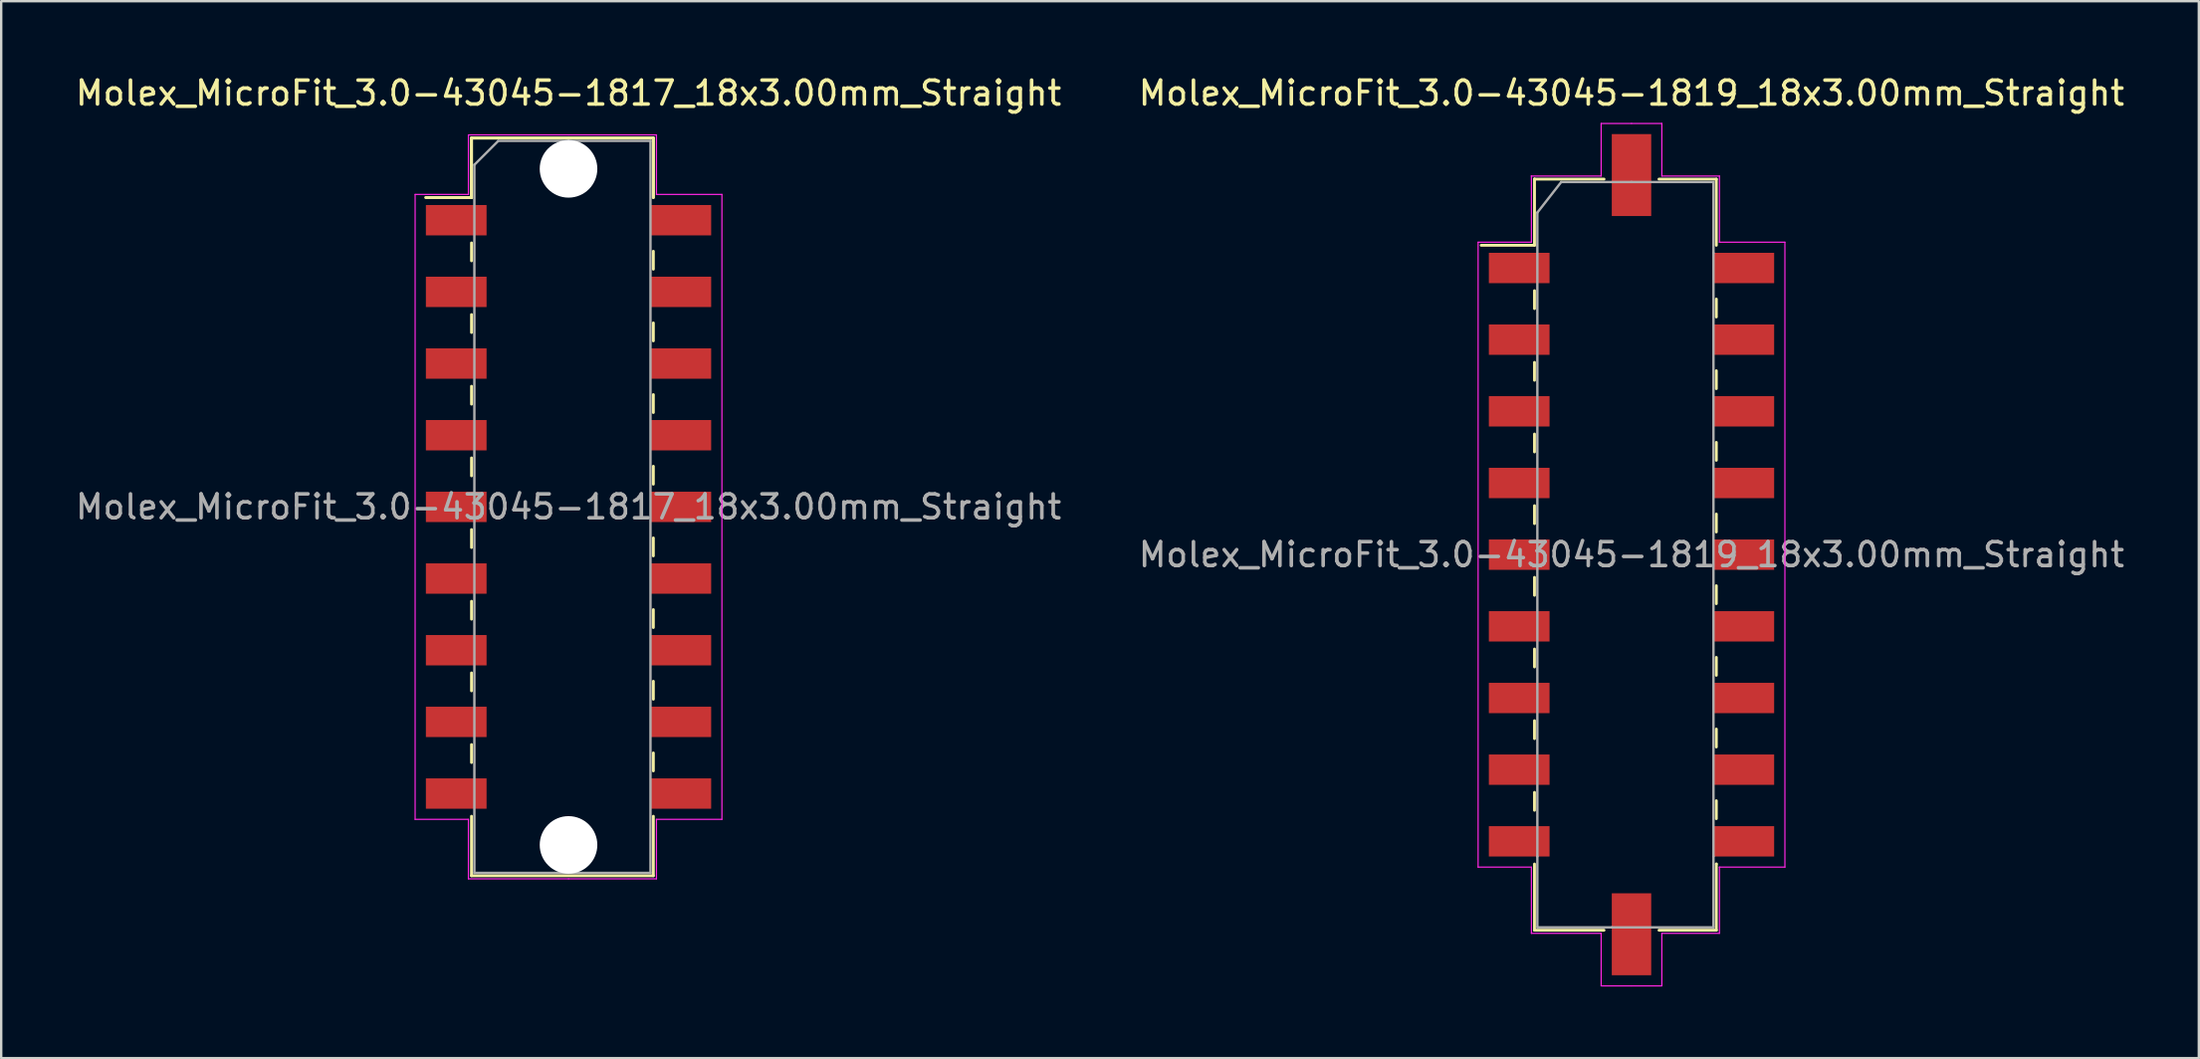
<source format=kicad_pcb>
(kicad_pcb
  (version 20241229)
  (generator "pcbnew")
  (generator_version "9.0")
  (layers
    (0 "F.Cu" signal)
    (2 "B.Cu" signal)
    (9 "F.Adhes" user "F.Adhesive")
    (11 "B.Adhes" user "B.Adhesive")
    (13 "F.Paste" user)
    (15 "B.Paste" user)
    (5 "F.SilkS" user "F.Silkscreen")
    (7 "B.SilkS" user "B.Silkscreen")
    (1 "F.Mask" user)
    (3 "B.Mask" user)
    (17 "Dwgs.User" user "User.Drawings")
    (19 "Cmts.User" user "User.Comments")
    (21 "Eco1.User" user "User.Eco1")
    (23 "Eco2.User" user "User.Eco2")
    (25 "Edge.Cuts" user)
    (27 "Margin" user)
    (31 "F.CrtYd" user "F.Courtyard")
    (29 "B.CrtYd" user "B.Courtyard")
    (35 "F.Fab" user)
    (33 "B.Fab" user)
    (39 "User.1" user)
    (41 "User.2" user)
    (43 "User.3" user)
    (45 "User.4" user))
  (footprint "Molex_MicroFit_3.0-43045-1819_18x3.00mm_Straight"
    (layer "F.Cu")
    (at 65.232 20.168)
    (property "Reference" "Molex_MicroFit_3.0-43045-1819_18x3.00mm_Straight" (at 0 -19.32 0) (layer "F.SilkS") (effects (font (size 1 1) (thickness 0.15))))
    (attr smd)
    (fp_line (start -6.29 -12.95) (end -4.06 -12.95) (stroke (width 0.12) (type solid)) (layer "F.SilkS"))
    (fp_line (start -4.06 -15.72) (end -4.06 -15.72) (stroke (width 0.12) (type solid)) (layer "F.SilkS"))
    (fp_line (start -4.06 -15.72) (end -1.15 -15.72) (stroke (width 0.12) (type solid)) (layer "F.SilkS"))
    (fp_line (start -4.06 -12.95) (end -4.06 -15.72) (stroke (width 0.12) (type solid)) (layer "F.SilkS"))
    (fp_line (start -4.06 -11.05) (end -4.06 -10.3) (stroke (width 0.12) (type solid)) (layer "F.SilkS"))
    (fp_line (start -4.06 -8.05) (end -4.06 -7.3) (stroke (width 0.12) (type solid)) (layer "F.SilkS"))
    (fp_line (start -4.06 -5.05) (end -4.06 -4.3) (stroke (width 0.12) (type solid)) (layer "F.SilkS"))
    (fp_line (start -4.06 -2.05) (end -4.06 -1.3) (stroke (width 0.12) (type solid)) (layer "F.SilkS"))
    (fp_line (start -4.06 0.95) (end -4.06 1.7) (stroke (width 0.12) (type solid)) (layer "F.SilkS"))
    (fp_line (start -4.06 3.95) (end -4.06 4.7) (stroke (width 0.12) (type solid)) (layer "F.SilkS"))
    (fp_line (start -4.06 6.95) (end -4.06 7.7) (stroke (width 0.12) (type solid)) (layer "F.SilkS"))
    (fp_line (start -4.06 9.95) (end -4.06 10.7) (stroke (width 0.12) (type solid)) (layer "F.SilkS"))
    (fp_line (start -4.06 15.72) (end -4.06 12.95) (stroke (width 0.12) (type solid)) (layer "F.SilkS"))
    (fp_line (start -1.15 15.72) (end -4.06 15.72) (stroke (width 0.12) (type solid)) (layer "F.SilkS"))
    (fp_line (start 1.15 -15.72) (end 3.55 -15.72) (stroke (width 0.12) (type solid)) (layer "F.SilkS"))
    (fp_line (start 3.55 -15.72) (end 3.55 -12.95) (stroke (width 0.12) (type solid)) (layer "F.SilkS"))
    (fp_line (start 3.55 -9.95) (end 3.55 -10.7) (stroke (width 0.12) (type solid)) (layer "F.SilkS"))
    (fp_line (start 3.55 -6.95) (end 3.55 -7.7) (stroke (width 0.12) (type solid)) (layer "F.SilkS"))
    (fp_line (start 3.55 -3.95) (end 3.55 -4.7) (stroke (width 0.12) (type solid)) (layer "F.SilkS"))
    (fp_line (start 3.55 -0.95) (end 3.55 -1.7) (stroke (width 0.12) (type solid)) (layer "F.SilkS"))
    (fp_line (start 3.55 2.05) (end 3.55 1.3) (stroke (width 0.12) (type solid)) (layer "F.SilkS"))
    (fp_line (start 3.55 5.05) (end 3.55 4.3) (stroke (width 0.12) (type solid)) (layer "F.SilkS"))
    (fp_line (start 3.55 8.05) (end 3.55 7.3) (stroke (width 0.12) (type solid)) (layer "F.SilkS"))
    (fp_line (start 3.55 11.05) (end 3.55 10.3) (stroke (width 0.12) (type solid)) (layer "F.SilkS"))
    (fp_line (start 3.55 12.95) (end 3.55 12.95) (stroke (width 0.12) (type solid)) (layer "F.SilkS"))
    (fp_line (start 3.55 12.95) (end 3.55 15.72) (stroke (width 0.12) (type solid)) (layer "F.SilkS"))
    (fp_line (start 3.55 15.72) (end 1.15 15.72) (stroke (width 0.12) (type solid)) (layer "F.SilkS"))
    (fp_line (start -6.42 -13.08) (end -4.19 -13.08) (stroke (width 0.05) (type solid)) (layer "F.CrtYd"))
    (fp_line (start -6.42 13.08) (end -6.42 -13.08) (stroke (width 0.05) (type solid)) (layer "F.CrtYd"))
    (fp_line (start -4.19 -15.85) (end -4.19 -15.85) (stroke (width 0.05) (type solid)) (layer "F.CrtYd"))
    (fp_line (start -4.19 -15.85) (end -1.27 -15.85) (stroke (width 0.05) (type solid)) (layer "F.CrtYd"))
    (fp_line (start -4.19 -13.08) (end -4.19 -15.85) (stroke (width 0.05) (type solid)) (layer "F.CrtYd"))
    (fp_line (start -4.19 13.08) (end -6.42 13.08) (stroke (width 0.05) (type solid)) (layer "F.CrtYd"))
    (fp_line (start -4.19 15.85) (end -4.19 13.08) (stroke (width 0.05) (type solid)) (layer "F.CrtYd"))
    (fp_line (start -1.27 -18.05) (end 0 -18.05) (stroke (width 0.05) (type solid)) (layer "F.CrtYd"))
    (fp_line (start -1.27 -15.85) (end -1.27 -18.05) (stroke (width 0.05) (type solid)) (layer "F.CrtYd"))
    (fp_line (start -1.27 15.85) (end -4.19 15.85) (stroke (width 0.05) (type solid)) (layer "F.CrtYd"))
    (fp_line (start -1.27 18.05) (end -1.27 15.85) (stroke (width 0.05) (type solid)) (layer "F.CrtYd"))
    (fp_line (start 0 -18.05) (end 1.27 -18.05) (stroke (width 0.05) (type solid)) (layer "F.CrtYd"))
    (fp_line (start 0 18.05) (end -1.27 18.05) (stroke (width 0.05) (type solid)) (layer "F.CrtYd"))
    (fp_line (start 1.27 -18.05) (end 1.27 -15.85) (stroke (width 0.05) (type solid)) (layer "F.CrtYd"))
    (fp_line (start 1.27 -15.85) (end 3.68 -15.85) (stroke (width 0.05) (type solid)) (layer "F.CrtYd"))
    (fp_line (start 1.27 15.85) (end 1.27 18.05) (stroke (width 0.05) (type solid)) (layer "F.CrtYd"))
    (fp_line (start 1.27 18.05) (end 0 18.05) (stroke (width 0.05) (type solid)) (layer "F.CrtYd"))
    (fp_line (start 3.68 -15.85) (end 3.68 -13.08) (stroke (width 0.05) (type solid)) (layer "F.CrtYd"))
    (fp_line (start 3.68 -13.08) (end 6.42 -13.08) (stroke (width 0.05) (type solid)) (layer "F.CrtYd"))
    (fp_line (start 3.68 13.08) (end 3.68 13.08) (stroke (width 0.05) (type solid)) (layer "F.CrtYd"))
    (fp_line (start 3.68 13.08) (end 3.68 15.85) (stroke (width 0.05) (type solid)) (layer "F.CrtYd"))
    (fp_line (start 3.68 15.85) (end 1.27 15.85) (stroke (width 0.05) (type solid)) (layer "F.CrtYd"))
    (fp_line (start 6.42 -13.08) (end 6.42 13.08) (stroke (width 0.05) (type solid)) (layer "F.CrtYd"))
    (fp_line (start 6.42 13.08) (end 3.68 13.08) (stroke (width 0.05) (type solid)) (layer "F.CrtYd"))
    (fp_line (start -3.94 -14.32) (end -2.94 -15.6) (stroke (width 0.1) (type solid)) (layer "F.Fab"))
    (fp_line (start -3.94 12.63) (end -3.94 -14.32) (stroke (width 0.1) (type solid)) (layer "F.Fab"))
    (fp_line (start -3.94 15.6) (end -3.94 12.63) (stroke (width 0.1) (type solid)) (layer "F.Fab"))
    (fp_line (start -2.94 -15.6) (end 0 -15.6) (stroke (width 0.1) (type solid)) (layer "F.Fab"))
    (fp_line (start -0.82 15.6) (end -3.94 15.6) (stroke (width 0.1) (type solid)) (layer "F.Fab"))
    (fp_line (start 0 -15.6) (end 3.43 -15.6) (stroke (width 0.1) (type solid)) (layer "F.Fab"))
    (fp_line (start 3.43 -15.6) (end 3.43 -12.63) (stroke (width 0.1) (type solid)) (layer "F.Fab"))
    (fp_line (start 3.43 -12.63) (end 3.43 12.63) (stroke (width 0.1) (type solid)) (layer "F.Fab"))
    (fp_line (start 3.43 12.63) (end 3.43 15.6) (stroke (width 0.1) (type solid)) (layer "F.Fab"))
    (fp_line (start 3.43 15.6) (end -0.82 15.6) (stroke (width 0.1) (type solid)) (layer "F.Fab"))
    (fp_text user "${REFERENCE}" (at 0 0 0) (layer "F.Fab") (effects (font (size 1 1) (thickness 0.15))))
    (pad "" smd rect (at 0 -15.89) (size 1.65 3.43) (layers "F.Cu" "F.Mask" "F.Paste"))
    (pad "" smd rect (at 0 15.89) (size 1.65 3.43) (layers "F.Cu" "F.Mask" "F.Paste"))
    (pad "1" smd rect (at -4.7 -12) (size 2.54 1.27) (layers "F.Cu" "F.Mask" "F.Paste"))
    (pad "2" smd rect (at -4.7 -9) (size 2.54 1.27) (layers "F.Cu" "F.Mask" "F.Paste"))
    (pad "3" smd rect (at -4.7 -6) (size 2.54 1.27) (layers "F.Cu" "F.Mask" "F.Paste"))
    (pad "4" smd rect (at -4.7 -3) (size 2.54 1.27) (layers "F.Cu" "F.Mask" "F.Paste"))
    (pad "5" smd rect (at -4.7 0) (size 2.54 1.27) (layers "F.Cu" "F.Mask" "F.Paste"))
    (pad "6" smd rect (at -4.7 3) (size 2.54 1.27) (layers "F.Cu" "F.Mask" "F.Paste"))
    (pad "7" smd rect (at -4.7 6) (size 2.54 1.27) (layers "F.Cu" "F.Mask" "F.Paste"))
    (pad "8" smd rect (at -4.7 9) (size 2.54 1.27) (layers "F.Cu" "F.Mask" "F.Paste"))
    (pad "9" smd rect (at -4.7 12) (size 2.54 1.27) (layers "F.Cu" "F.Mask" "F.Paste"))
    (pad "10" smd rect (at 4.7 12) (size 2.54 1.27) (layers "F.Cu" "F.Mask" "F.Paste"))
    (pad "11" smd rect (at 4.7 9) (size 2.54 1.27) (layers "F.Cu" "F.Mask" "F.Paste"))
    (pad "12" smd rect (at 4.7 6) (size 2.54 1.27) (layers "F.Cu" "F.Mask" "F.Paste"))
    (pad "13" smd rect (at 4.7 3) (size 2.54 1.27) (layers "F.Cu" "F.Mask" "F.Paste"))
    (pad "14" smd rect (at 4.7 0) (size 2.54 1.27) (layers "F.Cu" "F.Mask" "F.Paste"))
    (pad "15" smd rect (at 4.7 -3) (size 2.54 1.27) (layers "F.Cu" "F.Mask" "F.Paste"))
    (pad "16" smd rect (at 4.7 -6) (size 2.54 1.27) (layers "F.Cu" "F.Mask" "F.Paste"))
    (pad "17" smd rect (at 4.7 -9) (size 2.54 1.27) (layers "F.Cu" "F.Mask" "F.Paste"))
    (pad "18" smd rect (at 4.7 -12) (size 2.54 1.27) (layers "F.Cu" "F.Mask" "F.Paste")))
  (footprint "Molex_MicroFit_3.0-43045-1817_18x3.00mm_Straight"
    (layer "F.Cu")
    (at 20.744 18.168)
    (property "Reference" "Molex_MicroFit_3.0-43045-1817_18x3.00mm_Straight" (at 0 -17.32 0) (layer "F.SilkS") (effects (font (size 1 1) (thickness 0.15))))
    (attr smd)
    (fp_line (start -5.97 -12.95) (end -4.06 -12.95) (stroke (width 0.12) (type solid)) (layer "F.SilkS"))
    (fp_line (start -5.97 -12.95) (end -4.06 -12.95) (stroke (width 0.12) (type solid)) (layer "F.SilkS"))
    (fp_line (start -4.06 -15.44) (end 3.55 -15.44) (stroke (width 0.12) (type solid)) (layer "F.SilkS"))
    (fp_line (start -4.06 -15.44) (end 3.55 -15.44) (stroke (width 0.12) (type solid)) (layer "F.SilkS"))
    (fp_line (start -4.06 -12.95) (end -4.06 -15.44) (stroke (width 0.12) (type solid)) (layer "F.SilkS"))
    (fp_line (start -4.06 -12.95) (end -4.06 -15.44) (stroke (width 0.12) (type solid)) (layer "F.SilkS"))
    (fp_line (start -4.06 -11.05) (end -4.06 -10.3) (stroke (width 0.12) (type solid)) (layer "F.SilkS"))
    (fp_line (start -4.06 -8.05) (end -4.06 -7.3) (stroke (width 0.12) (type solid)) (layer "F.SilkS"))
    (fp_line (start -4.06 -5.05) (end -4.06 -4.3) (stroke (width 0.12) (type solid)) (layer "F.SilkS"))
    (fp_line (start -4.06 -2.05) (end -4.06 -1.3) (stroke (width 0.12) (type solid)) (layer "F.SilkS"))
    (fp_line (start -4.06 0.95) (end -4.06 1.7) (stroke (width 0.12) (type solid)) (layer "F.SilkS"))
    (fp_line (start -4.06 3.95) (end -4.06 4.7) (stroke (width 0.12) (type solid)) (layer "F.SilkS"))
    (fp_line (start -4.06 6.95) (end -4.06 7.7) (stroke (width 0.12) (type solid)) (layer "F.SilkS"))
    (fp_line (start -4.06 9.95) (end -4.06 10.7) (stroke (width 0.12) (type solid)) (layer "F.SilkS"))
    (fp_line (start -4.06 15.44) (end -4.06 12.95) (stroke (width 0.12) (type solid)) (layer "F.SilkS"))
    (fp_line (start 3.55 -15.44) (end 3.55 -12.95) (stroke (width 0.12) (type solid)) (layer "F.SilkS"))
    (fp_line (start 3.55 -15.44) (end 3.55 -12.95) (stroke (width 0.12) (type solid)) (layer "F.SilkS"))
    (fp_line (start 3.55 -9.95) (end 3.55 -10.7) (stroke (width 0.12) (type solid)) (layer "F.SilkS"))
    (fp_line (start 3.55 -6.95) (end 3.55 -7.7) (stroke (width 0.12) (type solid)) (layer "F.SilkS"))
    (fp_line (start 3.55 -3.95) (end 3.55 -4.7) (stroke (width 0.12) (type solid)) (layer "F.SilkS"))
    (fp_line (start 3.55 -0.95) (end 3.55 -1.7) (stroke (width 0.12) (type solid)) (layer "F.SilkS"))
    (fp_line (start 3.55 2.05) (end 3.55 1.3) (stroke (width 0.12) (type solid)) (layer "F.SilkS"))
    (fp_line (start 3.55 5.05) (end 3.55 4.3) (stroke (width 0.12) (type solid)) (layer "F.SilkS"))
    (fp_line (start 3.55 8.05) (end 3.55 7.3) (stroke (width 0.12) (type solid)) (layer "F.SilkS"))
    (fp_line (start 3.55 11.05) (end 3.55 10.3) (stroke (width 0.12) (type solid)) (layer "F.SilkS"))
    (fp_line (start 3.55 12.95) (end 3.55 15.44) (stroke (width 0.12) (type solid)) (layer "F.SilkS"))
    (fp_line (start 3.55 15.44) (end -4.06 15.44) (stroke (width 0.12) (type solid)) (layer "F.SilkS"))
    (fp_line (start -6.42 -13.08) (end -4.19 -13.08) (stroke (width 0.05) (type solid)) (layer "F.CrtYd"))
    (fp_line (start -6.42 13.08) (end -6.42 -13.08) (stroke (width 0.05) (type solid)) (layer "F.CrtYd"))
    (fp_line (start -4.19 -15.57) (end 0 -15.57) (stroke (width 0.05) (type solid)) (layer "F.CrtYd"))
    (fp_line (start -4.19 -13.08) (end -4.19 -15.57) (stroke (width 0.05) (type solid)) (layer "F.CrtYd"))
    (fp_line (start -4.19 13.08) (end -6.42 13.08) (stroke (width 0.05) (type solid)) (layer "F.CrtYd"))
    (fp_line (start -4.19 15.57) (end -4.19 13.08) (stroke (width 0.05) (type solid)) (layer "F.CrtYd"))
    (fp_line (start 0 -15.57) (end 3.68 -15.57) (stroke (width 0.05) (type solid)) (layer "F.CrtYd"))
    (fp_line (start 0 15.57) (end -4.19 15.57) (stroke (width 0.05) (type solid)) (layer "F.CrtYd"))
    (fp_line (start 3.68 -15.57) (end 3.68 -13.08) (stroke (width 0.05) (type solid)) (layer "F.CrtYd"))
    (fp_line (start 3.68 -13.08) (end 6.42 -13.08) (stroke (width 0.05) (type solid)) (layer "F.CrtYd"))
    (fp_line (start 3.68 13.08) (end 3.68 15.57) (stroke (width 0.05) (type solid)) (layer "F.CrtYd"))
    (fp_line (start 3.68 15.57) (end 0 15.57) (stroke (width 0.05) (type solid)) (layer "F.CrtYd"))
    (fp_line (start 6.42 -13.08) (end 6.42 13.08) (stroke (width 0.05) (type solid)) (layer "F.CrtYd"))
    (fp_line (start 6.42 13.08) (end 3.68 13.08) (stroke (width 0.05) (type solid)) (layer "F.CrtYd"))
    (fp_line (start -3.94 -14.32) (end -2.94 -15.32) (stroke (width 0.1) (type solid)) (layer "F.Fab"))
    (fp_line (start -3.94 15.32) (end -3.94 -14.32) (stroke (width 0.1) (type solid)) (layer "F.Fab"))
    (fp_line (start -2.94 -15.32) (end 0 -15.32) (stroke (width 0.1) (type solid)) (layer "F.Fab"))
    (fp_line (start 0 -15.32) (end 3.43 -15.32) (stroke (width 0.1) (type solid)) (layer "F.Fab"))
    (fp_line (start 0 15.32) (end -3.94 15.32) (stroke (width 0.1) (type solid)) (layer "F.Fab"))
    (fp_line (start 3.43 -15.32) (end 3.43 15.32) (stroke (width 0.1) (type solid)) (layer "F.Fab"))
    (fp_line (start 3.43 15.32) (end 0 15.32) (stroke (width 0.1) (type solid)) (layer "F.Fab"))
    (fp_text user "${REFERENCE}" (at 0 0 0) (layer "F.Fab") (effects (font (size 1 1) (thickness 0.15))))
    (pad "" np_thru_hole circle (at 0 -14.15) (size 2.41 2.41) (drill 2.41) (layers "*.Cu"))
    (pad "" np_thru_hole circle (at 0 14.15) (size 2.41 2.41) (drill 2.41) (layers "*.Cu"))
    (pad "1" smd rect (at -4.7 -12) (size 2.54 1.27) (layers "F.Cu" "F.Mask" "F.Paste"))
    (pad "2" smd rect (at -4.7 -9) (size 2.54 1.27) (layers "F.Cu" "F.Mask" "F.Paste"))
    (pad "3" smd rect (at -4.7 -6) (size 2.54 1.27) (layers "F.Cu" "F.Mask" "F.Paste"))
    (pad "4" smd rect (at -4.7 -3) (size 2.54 1.27) (layers "F.Cu" "F.Mask" "F.Paste"))
    (pad "5" smd rect (at -4.7 0) (size 2.54 1.27) (layers "F.Cu" "F.Mask" "F.Paste"))
    (pad "6" smd rect (at -4.7 3) (size 2.54 1.27) (layers "F.Cu" "F.Mask" "F.Paste"))
    (pad "7" smd rect (at -4.7 6) (size 2.54 1.27) (layers "F.Cu" "F.Mask" "F.Paste"))
    (pad "8" smd rect (at -4.7 9) (size 2.54 1.27) (layers "F.Cu" "F.Mask" "F.Paste"))
    (pad "9" smd rect (at -4.7 12) (size 2.54 1.27) (layers "F.Cu" "F.Mask" "F.Paste"))
    (pad "10" smd rect (at 4.7 12) (size 2.54 1.27) (layers "F.Cu" "F.Mask" "F.Paste"))
    (pad "11" smd rect (at 4.7 9) (size 2.54 1.27) (layers "F.Cu" "F.Mask" "F.Paste"))
    (pad "12" smd rect (at 4.7 6) (size 2.54 1.27) (layers "F.Cu" "F.Mask" "F.Paste"))
    (pad "13" smd rect (at 4.7 3) (size 2.54 1.27) (layers "F.Cu" "F.Mask" "F.Paste"))
    (pad "14" smd rect (at 4.7 0) (size 2.54 1.27) (layers "F.Cu" "F.Mask" "F.Paste"))
    (pad "15" smd rect (at 4.7 -3) (size 2.54 1.27) (layers "F.Cu" "F.Mask" "F.Paste"))
    (pad "16" smd rect (at 4.7 -6) (size 2.54 1.27) (layers "F.Cu" "F.Mask" "F.Paste"))
    (pad "17" smd rect (at 4.7 -9) (size 2.54 1.27) (layers "F.Cu" "F.Mask" "F.Paste"))
    (pad "18" smd rect (at 4.7 -12) (size 2.54 1.27) (layers "F.Cu" "F.Mask" "F.Paste")))
  (gr_rect
    (start -3 -3)
    (end 88.976 41.243)
    (stroke (width 0.1) (type default))
    (fill no)
    (layer "Edge.Cuts")))
</source>
